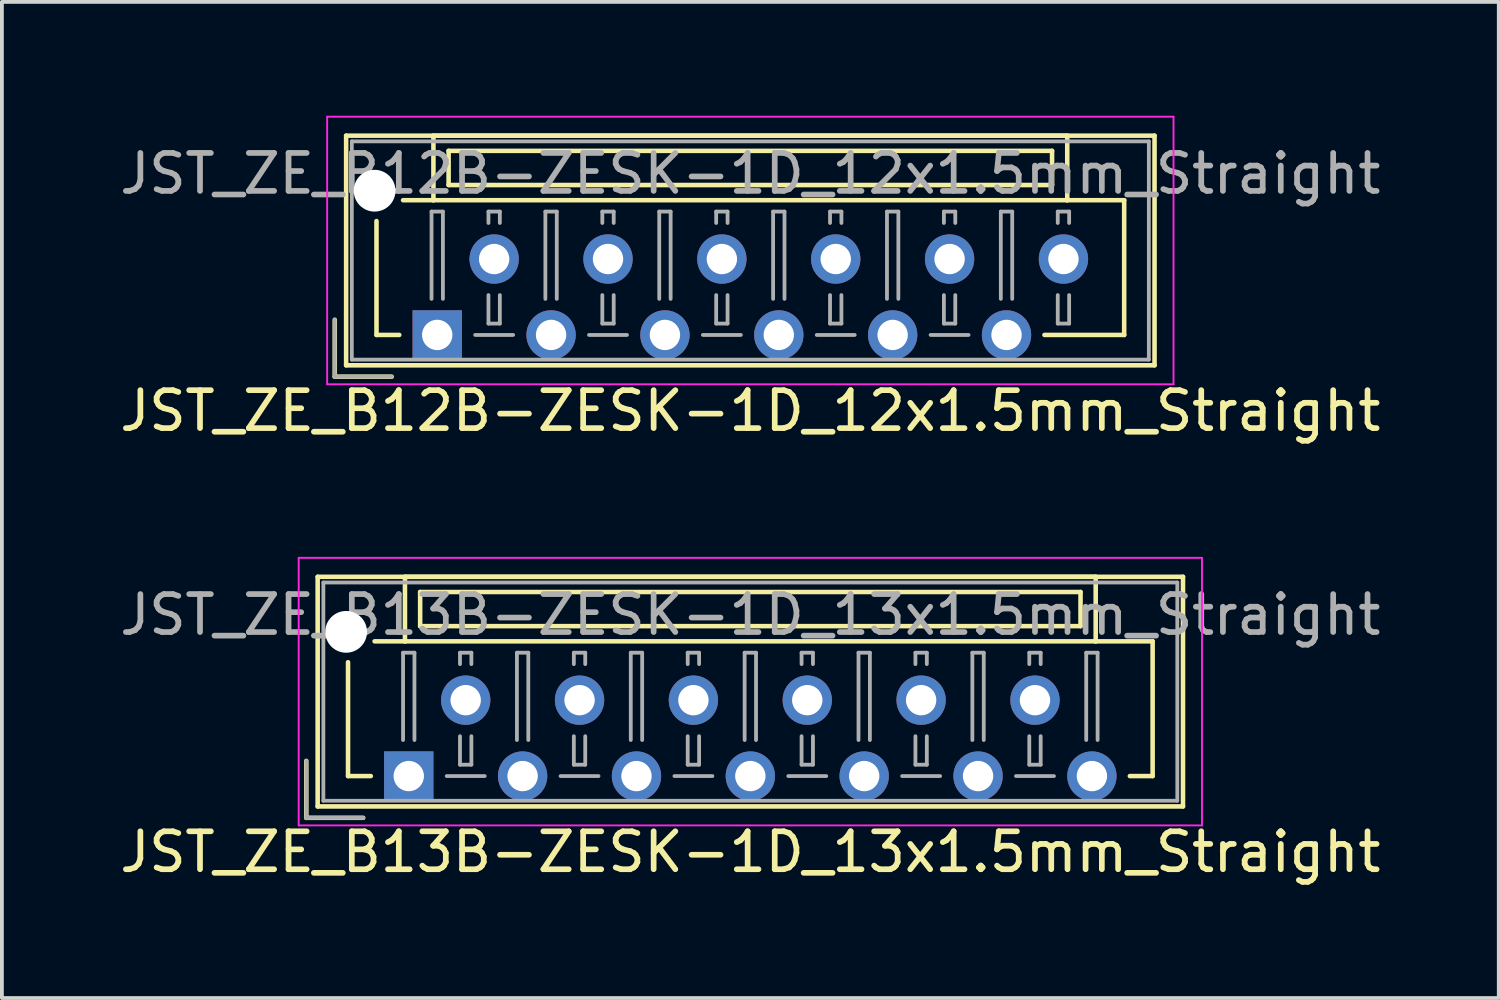
<source format=kicad_pcb>
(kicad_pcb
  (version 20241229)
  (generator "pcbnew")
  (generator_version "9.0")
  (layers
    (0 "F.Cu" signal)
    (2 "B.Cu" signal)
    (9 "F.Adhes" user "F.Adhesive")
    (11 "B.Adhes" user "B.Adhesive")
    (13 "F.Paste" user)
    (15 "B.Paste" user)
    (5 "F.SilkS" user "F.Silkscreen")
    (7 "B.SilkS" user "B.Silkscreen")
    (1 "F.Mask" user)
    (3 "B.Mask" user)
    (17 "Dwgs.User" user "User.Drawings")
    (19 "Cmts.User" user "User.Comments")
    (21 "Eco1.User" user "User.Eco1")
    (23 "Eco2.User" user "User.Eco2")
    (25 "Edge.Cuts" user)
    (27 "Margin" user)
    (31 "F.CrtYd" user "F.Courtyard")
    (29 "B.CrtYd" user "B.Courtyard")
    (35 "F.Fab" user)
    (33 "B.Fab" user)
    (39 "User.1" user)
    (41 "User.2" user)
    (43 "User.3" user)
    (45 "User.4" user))
  (footprint "JST_ZE_B13B-ZESK-1D_13x1.5mm_Straight"
    (layer "F.Cu")
    (at 7.72 17.398)
    (property "Reference" "JST_ZE_B13B-ZESK-1D_13x1.5mm_Straight" (at 9 2 0) (layer "F.SilkS") (effects (font (size 1 1) (thickness 0.15))))
    (attr through_hole)
    (fp_line (start -2.7 -0.4) (end -2.7 1.1) (stroke (width 0.12) (type solid)) (layer "F.SilkS"))
    (fp_line (start -2.7 1.1) (end -1.2 1.1) (stroke (width 0.12) (type solid)) (layer "F.SilkS"))
    (fp_line (start -2.4 -5.25) (end -2.4 0.8) (stroke (width 0.12) (type solid)) (layer "F.SilkS"))
    (fp_line (start -2.4 0.8) (end 20.4 0.8) (stroke (width 0.12) (type solid)) (layer "F.SilkS"))
    (fp_line (start -1.6 -3) (end -1.6 0) (stroke (width 0.12) (type solid)) (layer "F.SilkS"))
    (fp_line (start -1.6 0) (end -1 0) (stroke (width 0.12) (type solid)) (layer "F.SilkS"))
    (fp_line (start -0.1 -5.25) (end -0.1 -3.55) (stroke (width 0.12) (type solid)) (layer "F.SilkS"))
    (fp_line (start -0.1 -3.55) (end -0.9 -3.55) (stroke (width 0.12) (type solid)) (layer "F.SilkS"))
    (fp_line (start -0.1 -3.55) (end 18.1 -3.55) (stroke (width 0.12) (type solid)) (layer "F.SilkS"))
    (fp_line (start 0.3 -4.85) (end 0.3 -3.95) (stroke (width 0.12) (type solid)) (layer "F.SilkS"))
    (fp_line (start 0.3 -3.95) (end 17.7 -3.95) (stroke (width 0.12) (type solid)) (layer "F.SilkS"))
    (fp_line (start 17.7 -4.85) (end 0.3 -4.85) (stroke (width 0.12) (type solid)) (layer "F.SilkS"))
    (fp_line (start 17.7 -3.95) (end 17.7 -4.85) (stroke (width 0.12) (type solid)) (layer "F.SilkS"))
    (fp_line (start 18.1 -5.25) (end -0.1 -5.25) (stroke (width 0.12) (type solid)) (layer "F.SilkS"))
    (fp_line (start 18.1 -3.55) (end 18.1 -5.25) (stroke (width 0.12) (type solid)) (layer "F.SilkS"))
    (fp_line (start 18.1 -3.55) (end 19.6 -3.55) (stroke (width 0.12) (type solid)) (layer "F.SilkS"))
    (fp_line (start 19.6 -3.55) (end 19.6 0) (stroke (width 0.12) (type solid)) (layer "F.SilkS"))
    (fp_line (start 19.6 0) (end 19 0) (stroke (width 0.12) (type solid)) (layer "F.SilkS"))
    (fp_line (start 20.4 -5.25) (end -2.4 -5.25) (stroke (width 0.12) (type solid)) (layer "F.SilkS"))
    (fp_line (start 20.4 0.8) (end 20.4 -5.25) (stroke (width 0.12) (type solid)) (layer "F.SilkS"))
    (fp_line (start -2.9 -5.75) (end -2.9 1.3) (stroke (width 0.05) (type solid)) (layer "F.CrtYd"))
    (fp_line (start -2.9 1.3) (end 20.9 1.3) (stroke (width 0.05) (type solid)) (layer "F.CrtYd"))
    (fp_line (start 20.9 -5.75) (end -2.9 -5.75) (stroke (width 0.05) (type solid)) (layer "F.CrtYd"))
    (fp_line (start 20.9 1.3) (end 20.9 -5.75) (stroke (width 0.05) (type solid)) (layer "F.CrtYd"))
    (fp_line (start -2.7 -0.4) (end -2.7 1.1) (stroke (width 0.1) (type solid)) (layer "F.Fab"))
    (fp_line (start -2.7 1.1) (end -1.2 1.1) (stroke (width 0.1) (type solid)) (layer "F.Fab"))
    (fp_line (start -2.25 -5.1) (end -2.25 0.65) (stroke (width 0.1) (type solid)) (layer "F.Fab"))
    (fp_line (start -2.25 0.65) (end 20.25 0.65) (stroke (width 0.1) (type solid)) (layer "F.Fab"))
    (fp_line (start -0.15 -3.25) (end 0.15 -3.25) (stroke (width 0.1) (type solid)) (layer "F.Fab"))
    (fp_line (start -0.15 -0.95) (end -0.15 -3.25) (stroke (width 0.1) (type solid)) (layer "F.Fab"))
    (fp_line (start 0.15 -3.25) (end 0.15 -0.95) (stroke (width 0.1) (type solid)) (layer "F.Fab"))
    (fp_line (start 1 0) (end 2 0) (stroke (width 0.1) (type solid)) (layer "F.Fab"))
    (fp_line (start 1.35 -3.25) (end 1.65 -3.25) (stroke (width 0.1) (type solid)) (layer "F.Fab"))
    (fp_line (start 1.35 -2.95) (end 1.35 -3.25) (stroke (width 0.1) (type solid)) (layer "F.Fab"))
    (fp_line (start 1.35 -1.05) (end 1.35 -0.3) (stroke (width 0.1) (type solid)) (layer "F.Fab"))
    (fp_line (start 1.35 -0.3) (end 1.65 -0.3) (stroke (width 0.1) (type solid)) (layer "F.Fab"))
    (fp_line (start 1.65 -3.25) (end 1.65 -2.95) (stroke (width 0.1) (type solid)) (layer "F.Fab"))
    (fp_line (start 1.65 -0.3) (end 1.65 -1.05) (stroke (width 0.1) (type solid)) (layer "F.Fab"))
    (fp_line (start 2.85 -3.25) (end 3.15 -3.25) (stroke (width 0.1) (type solid)) (layer "F.Fab"))
    (fp_line (start 2.85 -0.95) (end 2.85 -3.25) (stroke (width 0.1) (type solid)) (layer "F.Fab"))
    (fp_line (start 3.15 -3.25) (end 3.15 -0.95) (stroke (width 0.1) (type solid)) (layer "F.Fab"))
    (fp_line (start 4 0) (end 5 0) (stroke (width 0.1) (type solid)) (layer "F.Fab"))
    (fp_line (start 4.35 -3.25) (end 4.65 -3.25) (stroke (width 0.1) (type solid)) (layer "F.Fab"))
    (fp_line (start 4.35 -2.95) (end 4.35 -3.25) (stroke (width 0.1) (type solid)) (layer "F.Fab"))
    (fp_line (start 4.35 -1.05) (end 4.35 -0.3) (stroke (width 0.1) (type solid)) (layer "F.Fab"))
    (fp_line (start 4.35 -0.3) (end 4.65 -0.3) (stroke (width 0.1) (type solid)) (layer "F.Fab"))
    (fp_line (start 4.65 -3.25) (end 4.65 -2.95) (stroke (width 0.1) (type solid)) (layer "F.Fab"))
    (fp_line (start 4.65 -0.3) (end 4.65 -1.05) (stroke (width 0.1) (type solid)) (layer "F.Fab"))
    (fp_line (start 5.85 -3.25) (end 6.15 -3.25) (stroke (width 0.1) (type solid)) (layer "F.Fab"))
    (fp_line (start 5.85 -0.95) (end 5.85 -3.25) (stroke (width 0.1) (type solid)) (layer "F.Fab"))
    (fp_line (start 6.15 -3.25) (end 6.15 -0.95) (stroke (width 0.1) (type solid)) (layer "F.Fab"))
    (fp_line (start 7 0) (end 8 0) (stroke (width 0.1) (type solid)) (layer "F.Fab"))
    (fp_line (start 7.35 -3.25) (end 7.65 -3.25) (stroke (width 0.1) (type solid)) (layer "F.Fab"))
    (fp_line (start 7.35 -2.95) (end 7.35 -3.25) (stroke (width 0.1) (type solid)) (layer "F.Fab"))
    (fp_line (start 7.35 -1.05) (end 7.35 -0.3) (stroke (width 0.1) (type solid)) (layer "F.Fab"))
    (fp_line (start 7.35 -0.3) (end 7.65 -0.3) (stroke (width 0.1) (type solid)) (layer "F.Fab"))
    (fp_line (start 7.65 -3.25) (end 7.65 -2.95) (stroke (width 0.1) (type solid)) (layer "F.Fab"))
    (fp_line (start 7.65 -0.3) (end 7.65 -1.05) (stroke (width 0.1) (type solid)) (layer "F.Fab"))
    (fp_line (start 8.85 -3.25) (end 9.15 -3.25) (stroke (width 0.1) (type solid)) (layer "F.Fab"))
    (fp_line (start 8.85 -0.95) (end 8.85 -3.25) (stroke (width 0.1) (type solid)) (layer "F.Fab"))
    (fp_line (start 9.15 -3.25) (end 9.15 -0.95) (stroke (width 0.1) (type solid)) (layer "F.Fab"))
    (fp_line (start 10 0) (end 11 0) (stroke (width 0.1) (type solid)) (layer "F.Fab"))
    (fp_line (start 10.35 -3.25) (end 10.65 -3.25) (stroke (width 0.1) (type solid)) (layer "F.Fab"))
    (fp_line (start 10.35 -2.95) (end 10.35 -3.25) (stroke (width 0.1) (type solid)) (layer "F.Fab"))
    (fp_line (start 10.35 -1.05) (end 10.35 -0.3) (stroke (width 0.1) (type solid)) (layer "F.Fab"))
    (fp_line (start 10.35 -0.3) (end 10.65 -0.3) (stroke (width 0.1) (type solid)) (layer "F.Fab"))
    (fp_line (start 10.65 -3.25) (end 10.65 -2.95) (stroke (width 0.1) (type solid)) (layer "F.Fab"))
    (fp_line (start 10.65 -0.3) (end 10.65 -1.05) (stroke (width 0.1) (type solid)) (layer "F.Fab"))
    (fp_line (start 11.85 -3.25) (end 12.15 -3.25) (stroke (width 0.1) (type solid)) (layer "F.Fab"))
    (fp_line (start 11.85 -0.95) (end 11.85 -3.25) (stroke (width 0.1) (type solid)) (layer "F.Fab"))
    (fp_line (start 12.15 -3.25) (end 12.15 -0.95) (stroke (width 0.1) (type solid)) (layer "F.Fab"))
    (fp_line (start 13 0) (end 14 0) (stroke (width 0.1) (type solid)) (layer "F.Fab"))
    (fp_line (start 13.35 -3.25) (end 13.65 -3.25) (stroke (width 0.1) (type solid)) (layer "F.Fab"))
    (fp_line (start 13.35 -2.95) (end 13.35 -3.25) (stroke (width 0.1) (type solid)) (layer "F.Fab"))
    (fp_line (start 13.35 -1.05) (end 13.35 -0.3) (stroke (width 0.1) (type solid)) (layer "F.Fab"))
    (fp_line (start 13.35 -0.3) (end 13.65 -0.3) (stroke (width 0.1) (type solid)) (layer "F.Fab"))
    (fp_line (start 13.65 -3.25) (end 13.65 -2.95) (stroke (width 0.1) (type solid)) (layer "F.Fab"))
    (fp_line (start 13.65 -0.3) (end 13.65 -1.05) (stroke (width 0.1) (type solid)) (layer "F.Fab"))
    (fp_line (start 14.85 -3.25) (end 15.15 -3.25) (stroke (width 0.1) (type solid)) (layer "F.Fab"))
    (fp_line (start 14.85 -0.95) (end 14.85 -3.25) (stroke (width 0.1) (type solid)) (layer "F.Fab"))
    (fp_line (start 15.15 -3.25) (end 15.15 -0.95) (stroke (width 0.1) (type solid)) (layer "F.Fab"))
    (fp_line (start 16 0) (end 17 0) (stroke (width 0.1) (type solid)) (layer "F.Fab"))
    (fp_line (start 16.35 -3.25) (end 16.65 -3.25) (stroke (width 0.1) (type solid)) (layer "F.Fab"))
    (fp_line (start 16.35 -2.95) (end 16.35 -3.25) (stroke (width 0.1) (type solid)) (layer "F.Fab"))
    (fp_line (start 16.35 -1.05) (end 16.35 -0.3) (stroke (width 0.1) (type solid)) (layer "F.Fab"))
    (fp_line (start 16.35 -0.3) (end 16.65 -0.3) (stroke (width 0.1) (type solid)) (layer "F.Fab"))
    (fp_line (start 16.65 -3.25) (end 16.65 -2.95) (stroke (width 0.1) (type solid)) (layer "F.Fab"))
    (fp_line (start 16.65 -0.3) (end 16.65 -1.05) (stroke (width 0.1) (type solid)) (layer "F.Fab"))
    (fp_line (start 17.85 -3.25) (end 18.15 -3.25) (stroke (width 0.1) (type solid)) (layer "F.Fab"))
    (fp_line (start 17.85 -0.95) (end 17.85 -3.25) (stroke (width 0.1) (type solid)) (layer "F.Fab"))
    (fp_line (start 18.15 -3.25) (end 18.15 -0.95) (stroke (width 0.1) (type solid)) (layer "F.Fab"))
    (fp_line (start 20.25 -5.1) (end -2.25 -5.1) (stroke (width 0.1) (type solid)) (layer "F.Fab"))
    (fp_line (start 20.25 0.65) (end 20.25 -5.1) (stroke (width 0.1) (type solid)) (layer "F.Fab"))
    (fp_text user "${REFERENCE}" (at 9 -4.25 0) (layer "F.Fab") (effects (font (size 1 1) (thickness 0.15))))
    (pad "" np_thru_hole circle (at -1.65 -3.8) (size 1.1 1.1) (drill 1.1) (layers "*.Cu"))
    (pad "1" thru_hole rect (at 0 0) (size 1.3 1.3) (drill 0.8) (layers "*.Cu" "*.Mask"))
    (pad "2" thru_hole circle (at 1.5 -2) (size 1.3 1.3) (drill 0.8) (layers "*.Cu" "*.Mask"))
    (pad "3" thru_hole circle (at 3 0) (size 1.3 1.3) (drill 0.8) (layers "*.Cu" "*.Mask"))
    (pad "4" thru_hole circle (at 4.5 -2) (size 1.3 1.3) (drill 0.8) (layers "*.Cu" "*.Mask"))
    (pad "5" thru_hole circle (at 6 0) (size 1.3 1.3) (drill 0.8) (layers "*.Cu" "*.Mask"))
    (pad "6" thru_hole circle (at 7.5 -2) (size 1.3 1.3) (drill 0.8) (layers "*.Cu" "*.Mask"))
    (pad "7" thru_hole circle (at 9 0) (size 1.3 1.3) (drill 0.8) (layers "*.Cu" "*.Mask"))
    (pad "8" thru_hole circle (at 10.5 -2) (size 1.3 1.3) (drill 0.8) (layers "*.Cu" "*.Mask"))
    (pad "9" thru_hole circle (at 12 0) (size 1.3 1.3) (drill 0.8) (layers "*.Cu" "*.Mask"))
    (pad "10" thru_hole circle (at 13.5 -2) (size 1.3 1.3) (drill 0.8) (layers "*.Cu" "*.Mask"))
    (pad "11" thru_hole circle (at 15 0) (size 1.3 1.3) (drill 0.8) (layers "*.Cu" "*.Mask"))
    (pad "12" thru_hole circle (at 16.5 -2) (size 1.3 1.3) (drill 0.8) (layers "*.Cu" "*.Mask"))
    (pad "13" thru_hole circle (at 18 0) (size 1.3 1.3) (drill 0.8) (layers "*.Cu" "*.Mask")))
  (footprint "JST_ZE_B12B-ZESK-1D_12x1.5mm_Straight"
    (layer "F.Cu")
    (at 8.47 5.775)
    (property "Reference" "JST_ZE_B12B-ZESK-1D_12x1.5mm_Straight" (at 8.25 2 0) (layer "F.SilkS") (effects (font (size 1 1) (thickness 0.15))))
    (attr through_hole)
    (fp_line (start -2.7 -0.4) (end -2.7 1.1) (stroke (width 0.12) (type solid)) (layer "F.SilkS"))
    (fp_line (start -2.7 1.1) (end -1.2 1.1) (stroke (width 0.12) (type solid)) (layer "F.SilkS"))
    (fp_line (start -2.4 -5.25) (end -2.4 0.8) (stroke (width 0.12) (type solid)) (layer "F.SilkS"))
    (fp_line (start -2.4 0.8) (end 18.9 0.8) (stroke (width 0.12) (type solid)) (layer "F.SilkS"))
    (fp_line (start -1.6 -3) (end -1.6 0) (stroke (width 0.12) (type solid)) (layer "F.SilkS"))
    (fp_line (start -1.6 0) (end -1 0) (stroke (width 0.12) (type solid)) (layer "F.SilkS"))
    (fp_line (start -0.1 -5.25) (end -0.1 -3.55) (stroke (width 0.12) (type solid)) (layer "F.SilkS"))
    (fp_line (start -0.1 -3.55) (end -0.9 -3.55) (stroke (width 0.12) (type solid)) (layer "F.SilkS"))
    (fp_line (start -0.1 -3.55) (end 16.6 -3.55) (stroke (width 0.12) (type solid)) (layer "F.SilkS"))
    (fp_line (start 0.3 -4.85) (end 0.3 -3.95) (stroke (width 0.12) (type solid)) (layer "F.SilkS"))
    (fp_line (start 0.3 -3.95) (end 16.2 -3.95) (stroke (width 0.12) (type solid)) (layer "F.SilkS"))
    (fp_line (start 16.2 -4.85) (end 0.3 -4.85) (stroke (width 0.12) (type solid)) (layer "F.SilkS"))
    (fp_line (start 16.2 -3.95) (end 16.2 -4.85) (stroke (width 0.12) (type solid)) (layer "F.SilkS"))
    (fp_line (start 16.6 -5.25) (end -0.1 -5.25) (stroke (width 0.12) (type solid)) (layer "F.SilkS"))
    (fp_line (start 16.6 -3.55) (end 16.6 -5.25) (stroke (width 0.12) (type solid)) (layer "F.SilkS"))
    (fp_line (start 16.6 -3.55) (end 18.1 -3.55) (stroke (width 0.12) (type solid)) (layer "F.SilkS"))
    (fp_line (start 18.1 -3.55) (end 18.1 0) (stroke (width 0.12) (type solid)) (layer "F.SilkS"))
    (fp_line (start 18.1 0) (end 16 0) (stroke (width 0.12) (type solid)) (layer "F.SilkS"))
    (fp_line (start 18.9 -5.25) (end -2.4 -5.25) (stroke (width 0.12) (type solid)) (layer "F.SilkS"))
    (fp_line (start 18.9 0.8) (end 18.9 -5.25) (stroke (width 0.12) (type solid)) (layer "F.SilkS"))
    (fp_line (start -2.9 -5.75) (end -2.9 1.3) (stroke (width 0.05) (type solid)) (layer "F.CrtYd"))
    (fp_line (start -2.9 1.3) (end 19.4 1.3) (stroke (width 0.05) (type solid)) (layer "F.CrtYd"))
    (fp_line (start 19.4 -5.75) (end -2.9 -5.75) (stroke (width 0.05) (type solid)) (layer "F.CrtYd"))
    (fp_line (start 19.4 1.3) (end 19.4 -5.75) (stroke (width 0.05) (type solid)) (layer "F.CrtYd"))
    (fp_line (start -2.7 -0.4) (end -2.7 1.1) (stroke (width 0.1) (type solid)) (layer "F.Fab"))
    (fp_line (start -2.7 1.1) (end -1.2 1.1) (stroke (width 0.1) (type solid)) (layer "F.Fab"))
    (fp_line (start -2.25 -5.1) (end -2.25 0.65) (stroke (width 0.1) (type solid)) (layer "F.Fab"))
    (fp_line (start -2.25 0.65) (end 18.75 0.65) (stroke (width 0.1) (type solid)) (layer "F.Fab"))
    (fp_line (start -0.15 -3.25) (end 0.15 -3.25) (stroke (width 0.1) (type solid)) (layer "F.Fab"))
    (fp_line (start -0.15 -0.95) (end -0.15 -3.25) (stroke (width 0.1) (type solid)) (layer "F.Fab"))
    (fp_line (start 0.15 -3.25) (end 0.15 -0.95) (stroke (width 0.1) (type solid)) (layer "F.Fab"))
    (fp_line (start 1 0) (end 2 0) (stroke (width 0.1) (type solid)) (layer "F.Fab"))
    (fp_line (start 1.35 -3.25) (end 1.65 -3.25) (stroke (width 0.1) (type solid)) (layer "F.Fab"))
    (fp_line (start 1.35 -2.95) (end 1.35 -3.25) (stroke (width 0.1) (type solid)) (layer "F.Fab"))
    (fp_line (start 1.35 -1.05) (end 1.35 -0.3) (stroke (width 0.1) (type solid)) (layer "F.Fab"))
    (fp_line (start 1.35 -0.3) (end 1.65 -0.3) (stroke (width 0.1) (type solid)) (layer "F.Fab"))
    (fp_line (start 1.65 -3.25) (end 1.65 -2.95) (stroke (width 0.1) (type solid)) (layer "F.Fab"))
    (fp_line (start 1.65 -0.3) (end 1.65 -1.05) (stroke (width 0.1) (type solid)) (layer "F.Fab"))
    (fp_line (start 2.85 -3.25) (end 3.15 -3.25) (stroke (width 0.1) (type solid)) (layer "F.Fab"))
    (fp_line (start 2.85 -0.95) (end 2.85 -3.25) (stroke (width 0.1) (type solid)) (layer "F.Fab"))
    (fp_line (start 3.15 -3.25) (end 3.15 -0.95) (stroke (width 0.1) (type solid)) (layer "F.Fab"))
    (fp_line (start 4 0) (end 5 0) (stroke (width 0.1) (type solid)) (layer "F.Fab"))
    (fp_line (start 4.35 -3.25) (end 4.65 -3.25) (stroke (width 0.1) (type solid)) (layer "F.Fab"))
    (fp_line (start 4.35 -2.95) (end 4.35 -3.25) (stroke (width 0.1) (type solid)) (layer "F.Fab"))
    (fp_line (start 4.35 -1.05) (end 4.35 -0.3) (stroke (width 0.1) (type solid)) (layer "F.Fab"))
    (fp_line (start 4.35 -0.3) (end 4.65 -0.3) (stroke (width 0.1) (type solid)) (layer "F.Fab"))
    (fp_line (start 4.65 -3.25) (end 4.65 -2.95) (stroke (width 0.1) (type solid)) (layer "F.Fab"))
    (fp_line (start 4.65 -0.3) (end 4.65 -1.05) (stroke (width 0.1) (type solid)) (layer "F.Fab"))
    (fp_line (start 5.85 -3.25) (end 6.15 -3.25) (stroke (width 0.1) (type solid)) (layer "F.Fab"))
    (fp_line (start 5.85 -0.95) (end 5.85 -3.25) (stroke (width 0.1) (type solid)) (layer "F.Fab"))
    (fp_line (start 6.15 -3.25) (end 6.15 -0.95) (stroke (width 0.1) (type solid)) (layer "F.Fab"))
    (fp_line (start 7 0) (end 8 0) (stroke (width 0.1) (type solid)) (layer "F.Fab"))
    (fp_line (start 7.35 -3.25) (end 7.65 -3.25) (stroke (width 0.1) (type solid)) (layer "F.Fab"))
    (fp_line (start 7.35 -2.95) (end 7.35 -3.25) (stroke (width 0.1) (type solid)) (layer "F.Fab"))
    (fp_line (start 7.35 -1.05) (end 7.35 -0.3) (stroke (width 0.1) (type solid)) (layer "F.Fab"))
    (fp_line (start 7.35 -0.3) (end 7.65 -0.3) (stroke (width 0.1) (type solid)) (layer "F.Fab"))
    (fp_line (start 7.65 -3.25) (end 7.65 -2.95) (stroke (width 0.1) (type solid)) (layer "F.Fab"))
    (fp_line (start 7.65 -0.3) (end 7.65 -1.05) (stroke (width 0.1) (type solid)) (layer "F.Fab"))
    (fp_line (start 8.85 -3.25) (end 9.15 -3.25) (stroke (width 0.1) (type solid)) (layer "F.Fab"))
    (fp_line (start 8.85 -0.95) (end 8.85 -3.25) (stroke (width 0.1) (type solid)) (layer "F.Fab"))
    (fp_line (start 9.15 -3.25) (end 9.15 -0.95) (stroke (width 0.1) (type solid)) (layer "F.Fab"))
    (fp_line (start 10 0) (end 11 0) (stroke (width 0.1) (type solid)) (layer "F.Fab"))
    (fp_line (start 10.35 -3.25) (end 10.65 -3.25) (stroke (width 0.1) (type solid)) (layer "F.Fab"))
    (fp_line (start 10.35 -2.95) (end 10.35 -3.25) (stroke (width 0.1) (type solid)) (layer "F.Fab"))
    (fp_line (start 10.35 -1.05) (end 10.35 -0.3) (stroke (width 0.1) (type solid)) (layer "F.Fab"))
    (fp_line (start 10.35 -0.3) (end 10.65 -0.3) (stroke (width 0.1) (type solid)) (layer "F.Fab"))
    (fp_line (start 10.65 -3.25) (end 10.65 -2.95) (stroke (width 0.1) (type solid)) (layer "F.Fab"))
    (fp_line (start 10.65 -0.3) (end 10.65 -1.05) (stroke (width 0.1) (type solid)) (layer "F.Fab"))
    (fp_line (start 11.85 -3.25) (end 12.15 -3.25) (stroke (width 0.1) (type solid)) (layer "F.Fab"))
    (fp_line (start 11.85 -0.95) (end 11.85 -3.25) (stroke (width 0.1) (type solid)) (layer "F.Fab"))
    (fp_line (start 12.15 -3.25) (end 12.15 -0.95) (stroke (width 0.1) (type solid)) (layer "F.Fab"))
    (fp_line (start 13 0) (end 14 0) (stroke (width 0.1) (type solid)) (layer "F.Fab"))
    (fp_line (start 13.35 -3.25) (end 13.65 -3.25) (stroke (width 0.1) (type solid)) (layer "F.Fab"))
    (fp_line (start 13.35 -2.95) (end 13.35 -3.25) (stroke (width 0.1) (type solid)) (layer "F.Fab"))
    (fp_line (start 13.35 -1.05) (end 13.35 -0.3) (stroke (width 0.1) (type solid)) (layer "F.Fab"))
    (fp_line (start 13.35 -0.3) (end 13.65 -0.3) (stroke (width 0.1) (type solid)) (layer "F.Fab"))
    (fp_line (start 13.65 -3.25) (end 13.65 -2.95) (stroke (width 0.1) (type solid)) (layer "F.Fab"))
    (fp_line (start 13.65 -0.3) (end 13.65 -1.05) (stroke (width 0.1) (type solid)) (layer "F.Fab"))
    (fp_line (start 14.85 -3.25) (end 15.15 -3.25) (stroke (width 0.1) (type solid)) (layer "F.Fab"))
    (fp_line (start 14.85 -0.95) (end 14.85 -3.25) (stroke (width 0.1) (type solid)) (layer "F.Fab"))
    (fp_line (start 15.15 -3.25) (end 15.15 -0.95) (stroke (width 0.1) (type solid)) (layer "F.Fab"))
    (fp_line (start 16.35 -3.25) (end 16.65 -3.25) (stroke (width 0.1) (type solid)) (layer "F.Fab"))
    (fp_line (start 16.35 -2.95) (end 16.35 -3.25) (stroke (width 0.1) (type solid)) (layer "F.Fab"))
    (fp_line (start 16.35 -1.05) (end 16.35 -0.3) (stroke (width 0.1) (type solid)) (layer "F.Fab"))
    (fp_line (start 16.35 -0.3) (end 16.65 -0.3) (stroke (width 0.1) (type solid)) (layer "F.Fab"))
    (fp_line (start 16.65 -3.25) (end 16.65 -2.95) (stroke (width 0.1) (type solid)) (layer "F.Fab"))
    (fp_line (start 16.65 -0.3) (end 16.65 -1.05) (stroke (width 0.1) (type solid)) (layer "F.Fab"))
    (fp_line (start 18.75 -5.1) (end -2.25 -5.1) (stroke (width 0.1) (type solid)) (layer "F.Fab"))
    (fp_line (start 18.75 0.65) (end 18.75 -5.1) (stroke (width 0.1) (type solid)) (layer "F.Fab"))
    (fp_text user "${REFERENCE}" (at 8.25 -4.25 0) (layer "F.Fab") (effects (font (size 1 1) (thickness 0.15))))
    (pad "" np_thru_hole circle (at -1.65 -3.8) (size 1.1 1.1) (drill 1.1) (layers "*.Cu"))
    (pad "1" thru_hole rect (at 0 0) (size 1.3 1.3) (drill 0.8) (layers "*.Cu" "*.Mask"))
    (pad "2" thru_hole circle (at 1.5 -2) (size 1.3 1.3) (drill 0.8) (layers "*.Cu" "*.Mask"))
    (pad "3" thru_hole circle (at 3 0) (size 1.3 1.3) (drill 0.8) (layers "*.Cu" "*.Mask"))
    (pad "4" thru_hole circle (at 4.5 -2) (size 1.3 1.3) (drill 0.8) (layers "*.Cu" "*.Mask"))
    (pad "5" thru_hole circle (at 6 0) (size 1.3 1.3) (drill 0.8) (layers "*.Cu" "*.Mask"))
    (pad "6" thru_hole circle (at 7.5 -2) (size 1.3 1.3) (drill 0.8) (layers "*.Cu" "*.Mask"))
    (pad "7" thru_hole circle (at 9 0) (size 1.3 1.3) (drill 0.8) (layers "*.Cu" "*.Mask"))
    (pad "8" thru_hole circle (at 10.5 -2) (size 1.3 1.3) (drill 0.8) (layers "*.Cu" "*.Mask"))
    (pad "9" thru_hole circle (at 12 0) (size 1.3 1.3) (drill 0.8) (layers "*.Cu" "*.Mask"))
    (pad "10" thru_hole circle (at 13.5 -2) (size 1.3 1.3) (drill 0.8) (layers "*.Cu" "*.Mask"))
    (pad "11" thru_hole circle (at 15 0) (size 1.3 1.3) (drill 0.8) (layers "*.Cu" "*.Mask"))
    (pad "12" thru_hole circle (at 16.5 -2) (size 1.3 1.3) (drill 0.8) (layers "*.Cu" "*.Mask")))
  (gr_rect
    (start -3 -3)
    (end 36.44 23.247)
    (stroke (width 0.1) (type default))
    (fill no)
    (layer "Edge.Cuts")))
</source>
